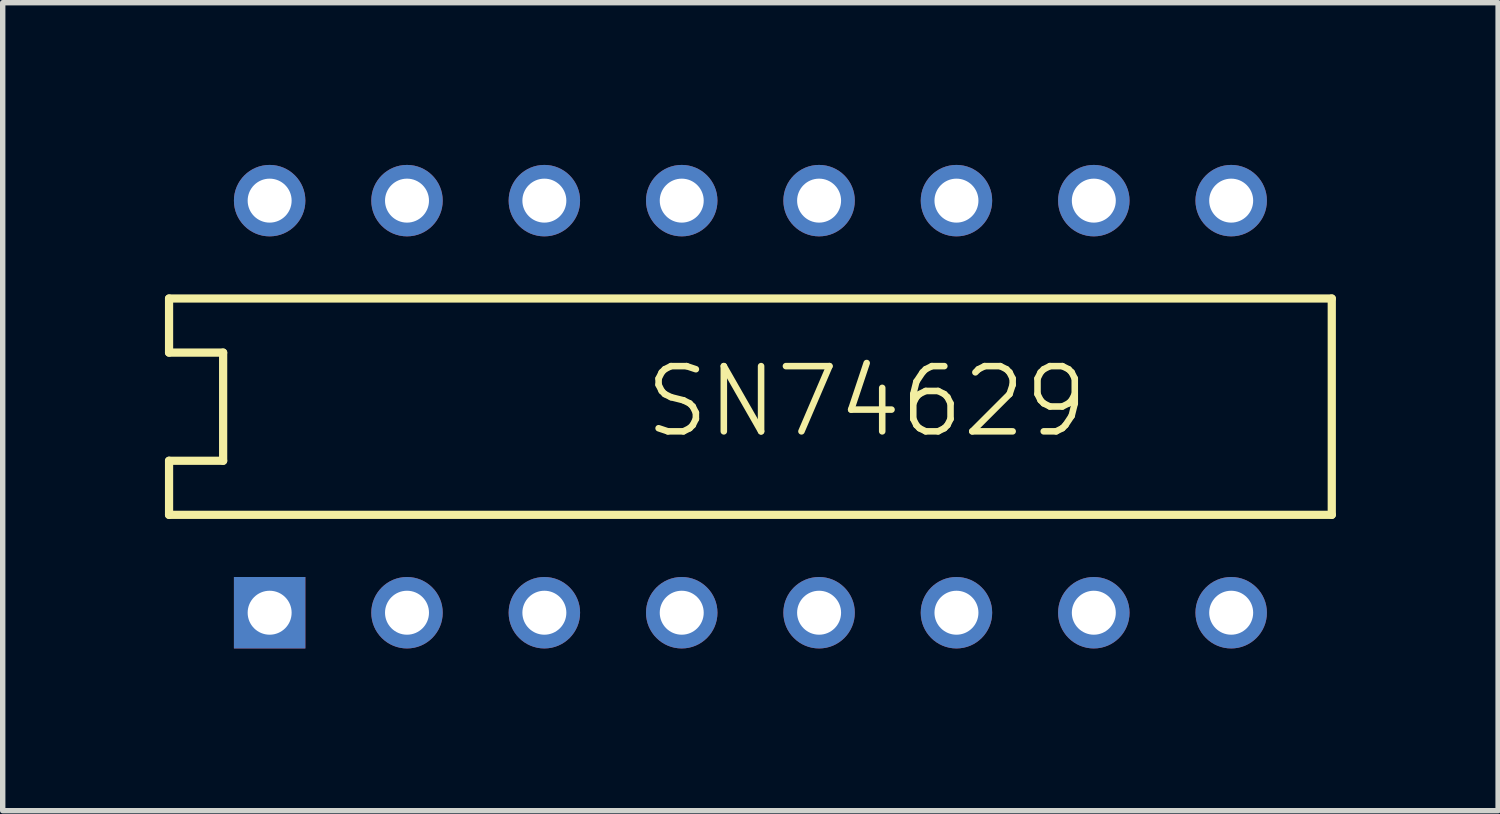
<source format=kicad_pcb>
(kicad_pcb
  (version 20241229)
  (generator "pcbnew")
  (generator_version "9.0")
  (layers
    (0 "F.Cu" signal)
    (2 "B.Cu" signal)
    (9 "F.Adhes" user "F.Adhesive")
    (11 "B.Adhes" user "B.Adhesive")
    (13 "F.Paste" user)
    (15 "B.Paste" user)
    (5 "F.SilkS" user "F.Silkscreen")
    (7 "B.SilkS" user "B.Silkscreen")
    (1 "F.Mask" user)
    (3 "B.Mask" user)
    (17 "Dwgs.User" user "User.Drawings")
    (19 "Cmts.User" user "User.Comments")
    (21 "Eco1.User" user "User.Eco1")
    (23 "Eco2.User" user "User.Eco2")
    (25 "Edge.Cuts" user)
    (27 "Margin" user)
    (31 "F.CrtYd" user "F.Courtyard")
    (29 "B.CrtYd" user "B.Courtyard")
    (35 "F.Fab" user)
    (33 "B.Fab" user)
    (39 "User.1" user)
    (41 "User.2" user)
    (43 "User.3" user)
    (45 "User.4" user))
  (footprint "SN74629"
    (layer "F.Cu")
    (at 1.936 8.28)
    (property "Reference" "SN74629" (at 6.883 -3.2 180) (layer "F.SilkS") (effects (font (size 1.206 1.206) (thickness 0.121)) (justify left bottom)))
    (attr through_hole)
    (fp_line (start -1.86 -5.81) (end -1.86 -4.81) (stroke (width 0.152) (type solid)) (layer "F.SilkS"))
    (fp_line (start -1.86 -4.81) (end -0.86 -4.81) (stroke (width 0.152) (type solid)) (layer "F.SilkS"))
    (fp_line (start -1.86 -2.81) (end -0.86 -2.81) (stroke (width 0.152) (type solid)) (layer "F.SilkS"))
    (fp_line (start -1.86 -1.81) (end -1.86 -2.81) (stroke (width 0.152) (type solid)) (layer "F.SilkS"))
    (fp_line (start -1.86 -1.81) (end 19.64 -1.81) (stroke (width 0.152) (type solid)) (layer "F.SilkS"))
    (fp_line (start -0.86 -2.81) (end -0.86 -4.81) (stroke (width 0.152) (type solid)) (layer "F.SilkS"))
    (fp_line (start 19.64 -5.81) (end -1.86 -5.81) (stroke (width 0.152) (type solid)) (layer "F.SilkS"))
    (fp_line (start 19.64 -5.81) (end 19.64 -1.81) (stroke (width 0.152) (type solid)) (layer "F.SilkS"))
    (pad "1" thru_hole rect (at 0 0 90) (size 1.321 1.321) (drill 0.813) (layers "*.Cu" "*.Mask"))
    (pad "2" thru_hole circle (at 2.54 0 90) (size 1.321 1.321) (drill 0.813) (layers "*.Cu" "*.Mask"))
    (pad "3" thru_hole circle (at 5.08 0 90) (size 1.321 1.321) (drill 0.813) (layers "*.Cu" "*.Mask"))
    (pad "4" thru_hole circle (at 7.62 0 90) (size 1.321 1.321) (drill 0.813) (layers "*.Cu" "*.Mask"))
    (pad "5" thru_hole circle (at 10.16 0 90) (size 1.321 1.321) (drill 0.813) (layers "*.Cu" "*.Mask"))
    (pad "6" thru_hole circle (at 12.7 0 90) (size 1.321 1.321) (drill 0.813) (layers "*.Cu" "*.Mask"))
    (pad "7" thru_hole circle (at 15.24 0 90) (size 1.321 1.321) (drill 0.813) (layers "*.Cu" "*.Mask"))
    (pad "8" thru_hole circle (at 17.78 0 90) (size 1.321 1.321) (drill 0.813) (layers "*.Cu" "*.Mask"))
    (pad "9" thru_hole circle (at 17.78 -7.62 90) (size 1.321 1.321) (drill 0.813) (layers "*.Cu" "*.Mask"))
    (pad "10" thru_hole circle (at 15.24 -7.62 90) (size 1.321 1.321) (drill 0.813) (layers "*.Cu" "*.Mask"))
    (pad "11" thru_hole circle (at 12.7 -7.62 90) (size 1.321 1.321) (drill 0.813) (layers "*.Cu" "*.Mask"))
    (pad "12" thru_hole circle (at 10.16 -7.62 90) (size 1.321 1.321) (drill 0.813) (layers "*.Cu" "*.Mask"))
    (pad "13" thru_hole circle (at 7.62 -7.62 90) (size 1.321 1.321) (drill 0.813) (layers "*.Cu" "*.Mask"))
    (pad "14" thru_hole circle (at 5.08 -7.62 90) (size 1.321 1.321) (drill 0.813) (layers "*.Cu" "*.Mask"))
    (pad "15" thru_hole circle (at 2.54 -7.62 90) (size 1.321 1.321) (drill 0.813) (layers "*.Cu" "*.Mask"))
    (pad "16" thru_hole circle (at 0 -7.62 90) (size 1.321 1.321) (drill 0.813) (layers "*.Cu" "*.Mask")))
  (gr_rect
    (start -3 -3)
    (end 24.652 11.941)
    (stroke (width 0.1) (type default))
    (fill no)
    (layer "Edge.Cuts")))
</source>
